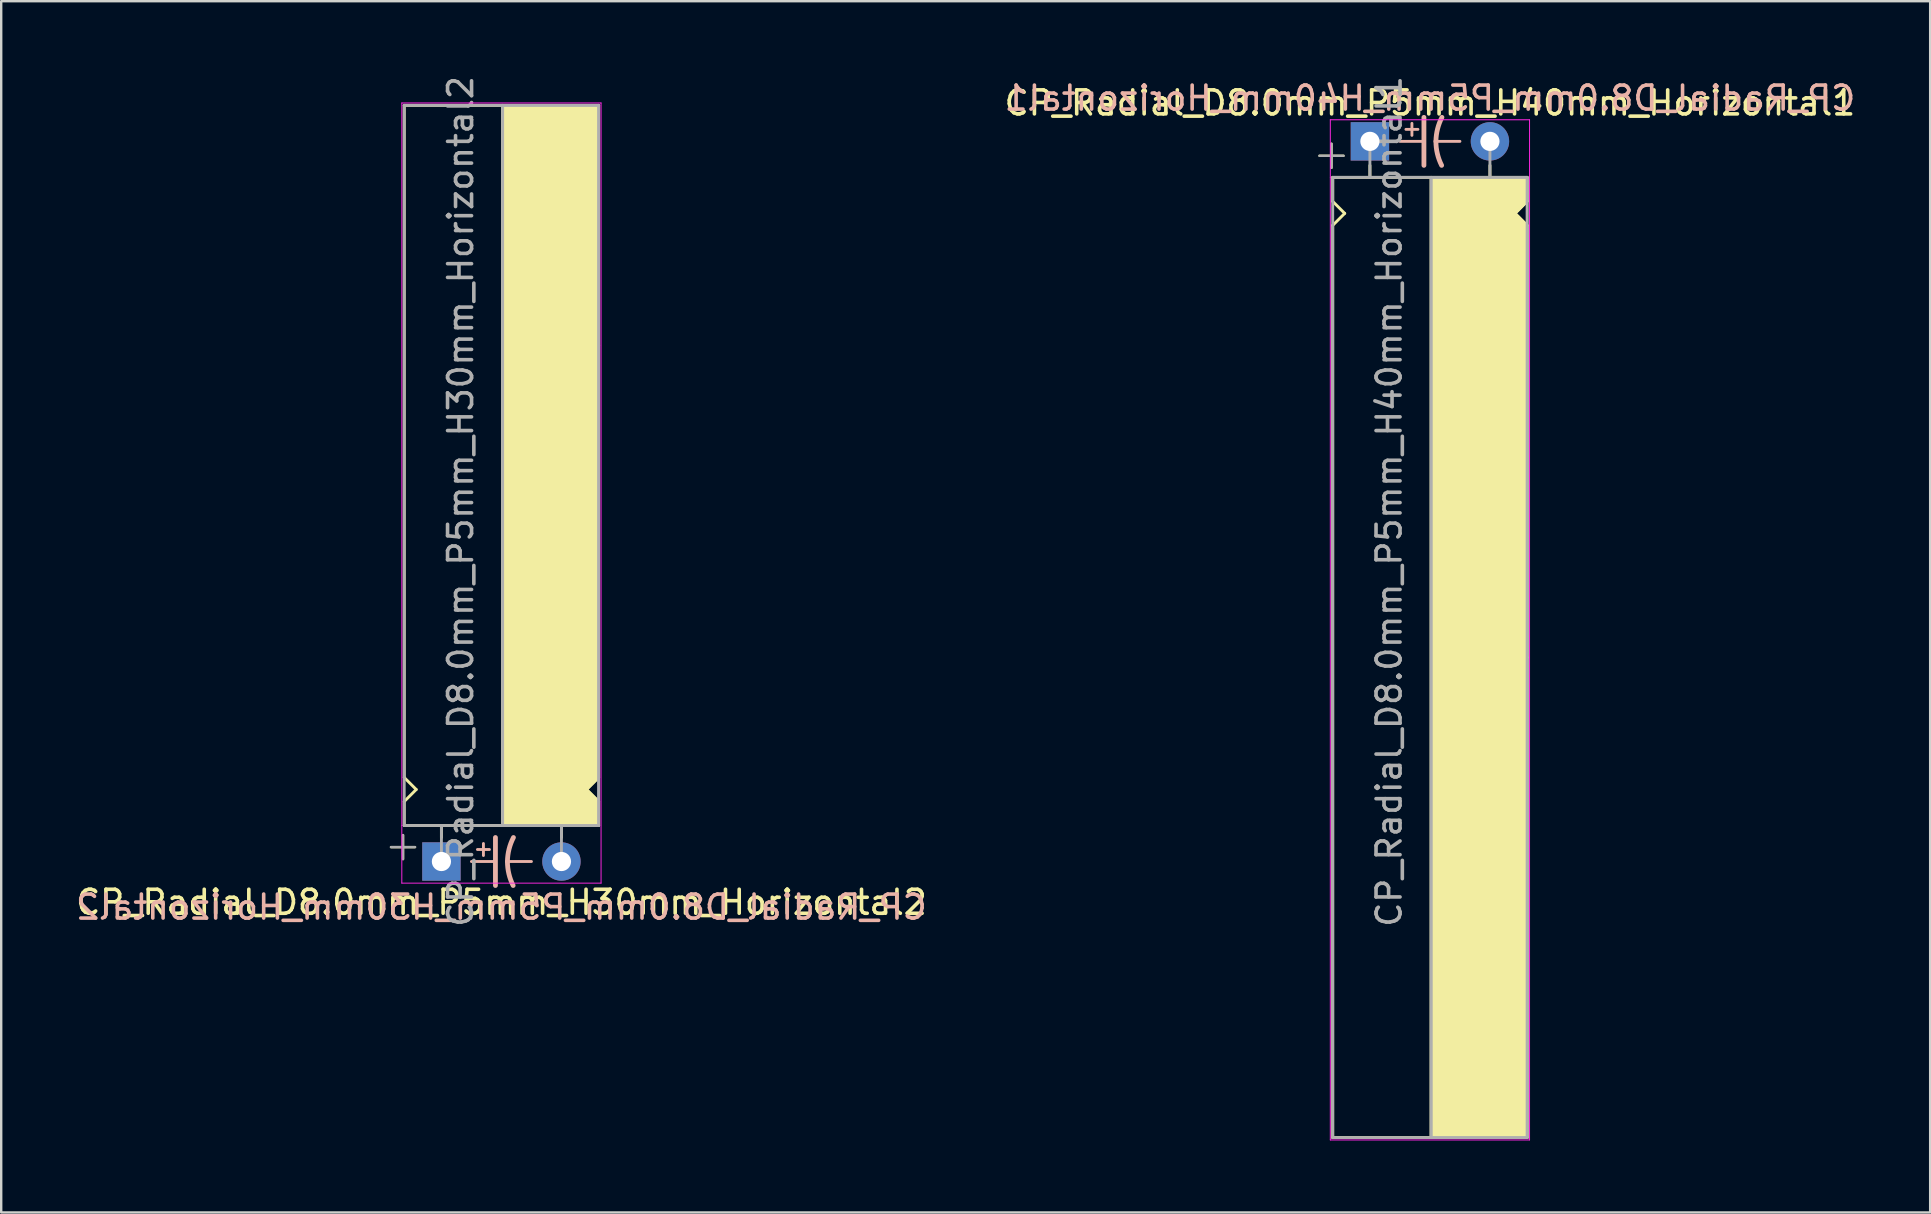
<source format=kicad_pcb>
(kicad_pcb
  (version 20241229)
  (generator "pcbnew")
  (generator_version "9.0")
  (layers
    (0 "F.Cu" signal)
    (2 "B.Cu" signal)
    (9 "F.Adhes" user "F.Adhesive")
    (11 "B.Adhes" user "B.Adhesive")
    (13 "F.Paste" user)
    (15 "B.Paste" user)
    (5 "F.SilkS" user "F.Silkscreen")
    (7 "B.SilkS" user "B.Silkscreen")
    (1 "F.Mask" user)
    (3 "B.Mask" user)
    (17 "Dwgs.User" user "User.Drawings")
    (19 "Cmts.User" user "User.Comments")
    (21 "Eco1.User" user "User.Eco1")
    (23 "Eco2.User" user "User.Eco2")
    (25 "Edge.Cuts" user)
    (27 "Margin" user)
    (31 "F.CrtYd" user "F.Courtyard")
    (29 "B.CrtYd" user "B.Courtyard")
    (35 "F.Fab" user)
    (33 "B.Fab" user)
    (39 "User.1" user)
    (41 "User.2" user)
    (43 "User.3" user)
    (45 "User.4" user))
  (footprint "CP_Radial_D8.0mm_P5mm_H30mm_Horizontal2"
    (layer "F.Cu")
    (at 15.339 32.839)
    (property "Reference" "CP_Radial_D8.0mm_P5mm_H30mm_Horizontal2" (at 2.5 1.7 0) (layer "F.SilkS") (effects (font (size 1 1) (thickness 0.15))))
    (fp_line (start -2.1 -0.6) (end -1.1 -0.6) (stroke (width 0.1) (type solid)) (layer "F.SilkS"))
    (fp_line (start -1.6 -0.1) (end -1.6 -1.1) (stroke (width 0.1) (type solid)) (layer "F.SilkS"))
    (fp_line (start -1.55 -31.5) (end 6.55 -31.5) (stroke (width 0.12) (type solid)) (layer "F.SilkS"))
    (fp_line (start -1.55 -3.5) (end -1.55 -31.5) (stroke (width 0.12) (type solid)) (layer "F.SilkS"))
    (fp_line (start -1.55 -3.5) (end -1.05 -3) (stroke (width 0.12) (type solid)) (layer "F.SilkS"))
    (fp_line (start -1.55 -2.5) (end -1.55 -1.5) (stroke (width 0.12) (type solid)) (layer "F.SilkS"))
    (fp_line (start -1.55 -1.5) (end 6.55 -1.5) (stroke (width 0.12) (type solid)) (layer "F.SilkS"))
    (fp_line (start -1.05 -3) (end -1.55 -2.5) (stroke (width 0.12) (type solid)) (layer "F.SilkS"))
    (fp_line (start 0 -1) (end 0 -1.5) (stroke (width 0.12) (type solid)) (layer "F.SilkS"))
    (fp_line (start 2.55 -31.5) (end 2.55 -1.5) (stroke (width 0.12) (type solid)) (layer "F.SilkS"))
    (fp_line (start 5 -1) (end 5 -1.5) (stroke (width 0.12) (type solid)) (layer "F.SilkS"))
    (fp_line (start 6.05 -3) (end 6.55 -2.5) (stroke (width 0.12) (type solid)) (layer "F.SilkS"))
    (fp_line (start 6.55 -21.5) (end 6.45 -21.5) (stroke (width 0.12) (type solid)) (layer "F.SilkS"))
    (fp_line (start 6.55 -3.5) (end 6.05 -3) (stroke (width 0.12) (type solid)) (layer "F.SilkS"))
    (fp_line (start 6.55 -3.5) (end 6.55 -31.5) (stroke (width 0.12) (type solid)) (layer "F.SilkS"))
    (fp_line (start 6.55 -2.5) (end 6.55 -1.5) (stroke (width 0.12) (type solid)) (layer "F.SilkS"))
    (fp_poly (pts (xy 6.55 -2.5) (xy 6.05 -3) (xy 6.55 -3.5) (xy 6.55 -31.5) (xy 2.55 -31.5) (xy 2.55 -1.5) (xy 6.55 -1.5)) (stroke (width 0.1) (type solid)) (fill yes) (layer "F.SilkS"))
    (fp_line (start 1.25 0) (end 2.25 0) (stroke (width 0.12) (type solid)) (layer "B.SilkS"))
    (fp_line (start 1.5 -0.5) (end 2 -0.5) (stroke (width 0.12) (type solid)) (layer "B.SilkS"))
    (fp_line (start 1.75 -0.75) (end 1.75 -0.25) (stroke (width 0.12) (type solid)) (layer "B.SilkS"))
    (fp_line (start 2.25 1) (end 2.25 -1) (stroke (width 0.2) (type solid)) (layer "B.SilkS"))
    (fp_line (start 3.75 0) (end 2.75 0) (stroke (width 0.12) (type solid)) (layer "B.SilkS"))
    (fp_arc (start 2.75 0) (mid 2.816707 -0.514573) (end 3 -1) (stroke (width 0.2) (type solid)) (layer "B.SilkS"))
    (fp_arc (start 2.987539 1) (mid 2.810248 0.513901) (end 2.75 0) (stroke (width 0.2) (type solid)) (layer "B.SilkS"))
    (fp_line (start -1.65 -31.6) (end -1.65 -1.5) (stroke (width 0.04) (type solid)) (layer "F.CrtYd"))
    (fp_line (start -1.65 -1.5) (end -1.65 0.9) (stroke (width 0.04) (type solid)) (layer "F.CrtYd"))
    (fp_line (start -1.65 0.9) (end 6.65 0.9) (stroke (width 0.04) (type solid)) (layer "F.CrtYd"))
    (fp_line (start 6.65 -31.6) (end -1.65 -31.6) (stroke (width 0.04) (type solid)) (layer "F.CrtYd"))
    (fp_line (start 6.65 0.9) (end 6.65 -31.6) (stroke (width 0.04) (type solid)) (layer "F.CrtYd"))
    (fp_line (start -2.1 -0.6) (end -1.1 -0.6) (stroke (width 0.1) (type solid)) (layer "F.Fab"))
    (fp_line (start -1.6 -0.1) (end -1.6 -1.1) (stroke (width 0.1) (type solid)) (layer "F.Fab"))
    (fp_line (start -1.55 -31.5) (end -1.55 -1.5) (stroke (width 0.12) (type solid)) (layer "F.Fab"))
    (fp_line (start -1.55 -1.5) (end 6.55 -1.5) (stroke (width 0.12) (type solid)) (layer "F.Fab"))
    (fp_line (start 0 -1.5) (end 0 0) (stroke (width 0.12) (type solid)) (layer "F.Fab"))
    (fp_line (start 2.55 -1.5) (end 2.55 -31.5) (stroke (width 0.12) (type solid)) (layer "F.Fab"))
    (fp_line (start 5 -1.5) (end 5 0) (stroke (width 0.12) (type solid)) (layer "F.Fab"))
    (fp_line (start 6.55 -31.5) (end -1.55 -31.5) (stroke (width 0.12) (type solid)) (layer "F.Fab"))
    (fp_line (start 6.55 -1.5) (end 6.55 -31.5) (stroke (width 0.12) (type solid)) (layer "F.Fab"))
    (fp_poly (pts (xy 6.55 -31.5) (xy 2.55 -31.5) (xy 2.55 -1.5) (xy 6.55 -1.5)) (stroke (width 0.1) (type solid)) (fill no) (layer "F.Fab"))
    (fp_text user "${REFERENCE}" (at 2.5 1.9 0) (layer "B.SilkS") (effects (font (size 1 1) (thickness 0.15)) (justify mirror)))
    (fp_text user "${REFERENCE}" (at 0.8 -15 90) (layer "F.Fab") (effects (font (size 1 1) (thickness 0.15))))
    (pad "1" thru_hole rect (at 0 0) (size 1.6 1.6) (drill 0.8) (layers "*.Cu" "*.Mask"))
    (pad "2" thru_hole circle (at 5 0) (size 1.6 1.6) (drill 0.8) (layers "*.Cu" "*.Mask")))
  (footprint "CP_Radial_D8.0mm_P5mm_H40mm_Horizontal1"
    (layer "F.Cu")
    (at 54.018 2.839)
    (property "Reference" "CP_Radial_D8.0mm_P5mm_H40mm_Horizontal1" (at 2.5 -1.6 0) (layer "F.SilkS") (effects (font (size 1 1) (thickness 0.15))))
    (fp_line (start -2.1 0.6) (end -1.1 0.6) (stroke (width 0.1) (type solid)) (layer "F.SilkS"))
    (fp_line (start -1.6 1.1) (end -1.6 0.1) (stroke (width 0.1) (type solid)) (layer "F.SilkS"))
    (fp_line (start -1.55 1.5) (end 6.55 1.5) (stroke (width 0.12) (type solid)) (layer "F.SilkS"))
    (fp_line (start -1.55 2.5) (end -1.55 1.5) (stroke (width 0.12) (type solid)) (layer "F.SilkS"))
    (fp_line (start -1.55 3.5) (end -1.55 41.5) (stroke (width 0.12) (type solid)) (layer "F.SilkS"))
    (fp_line (start -1.55 3.5) (end -1.05 3) (stroke (width 0.12) (type solid)) (layer "F.SilkS"))
    (fp_line (start -1.55 41.5) (end 6.55 41.5) (stroke (width 0.12) (type solid)) (layer "F.SilkS"))
    (fp_line (start -1.05 3) (end -1.55 2.5) (stroke (width 0.12) (type solid)) (layer "F.SilkS"))
    (fp_line (start 0 1) (end 0 1.5) (stroke (width 0.12) (type solid)) (layer "F.SilkS"))
    (fp_line (start 2.55 41.5) (end 2.55 1.5) (stroke (width 0.12) (type solid)) (layer "F.SilkS"))
    (fp_line (start 5 1) (end 5 1.5) (stroke (width 0.12) (type solid)) (layer "F.SilkS"))
    (fp_line (start 6.05 3) (end 6.55 2.5) (stroke (width 0.12) (type solid)) (layer "F.SilkS"))
    (fp_line (start 6.55 2.5) (end 6.55 1.5) (stroke (width 0.12) (type solid)) (layer "F.SilkS"))
    (fp_line (start 6.55 3.5) (end 6.05 3) (stroke (width 0.12) (type solid)) (layer "F.SilkS"))
    (fp_line (start 6.55 3.5) (end 6.55 41.5) (stroke (width 0.12) (type solid)) (layer "F.SilkS"))
    (fp_line (start 6.55 21.5) (end 6.45 21.5) (stroke (width 0.12) (type solid)) (layer "F.SilkS"))
    (fp_poly (pts (xy 6.55 2.5) (xy 6.05 3) (xy 6.55 3.5) (xy 6.55 41.5) (xy 2.55 41.5) (xy 2.55 1.5) (xy 6.55 1.5)) (stroke (width 0.1) (type solid)) (fill yes) (layer "F.SilkS"))
    (fp_line (start 1.25 0) (end 2.25 0) (stroke (width 0.12) (type solid)) (layer "B.SilkS"))
    (fp_line (start 1.5 -0.5) (end 2 -0.5) (stroke (width 0.12) (type solid)) (layer "B.SilkS"))
    (fp_line (start 1.75 -0.75) (end 1.75 -0.25) (stroke (width 0.12) (type solid)) (layer "B.SilkS"))
    (fp_line (start 2.25 1) (end 2.25 -1) (stroke (width 0.2) (type solid)) (layer "B.SilkS"))
    (fp_line (start 3.75 0) (end 2.75 0) (stroke (width 0.12) (type solid)) (layer "B.SilkS"))
    (fp_arc (start 2.75 0) (mid 2.816707 -0.514573) (end 3 -1) (stroke (width 0.2) (type solid)) (layer "B.SilkS"))
    (fp_arc (start 2.987539 1) (mid 2.810248 0.513901) (end 2.75 0) (stroke (width 0.2) (type solid)) (layer "B.SilkS"))
    (fp_line (start -1.65 -0.9) (end 6.65 -0.9) (stroke (width 0.04) (type solid)) (layer "F.CrtYd"))
    (fp_line (start -1.65 1.5) (end -1.65 -0.9) (stroke (width 0.04) (type solid)) (layer "F.CrtYd"))
    (fp_line (start -1.65 41.6) (end -1.65 1.5) (stroke (width 0.04) (type solid)) (layer "F.CrtYd"))
    (fp_line (start 6.65 -0.9) (end 6.65 41.6) (stroke (width 0.04) (type solid)) (layer "F.CrtYd"))
    (fp_line (start 6.65 41.6) (end -1.65 41.6) (stroke (width 0.04) (type solid)) (layer "F.CrtYd"))
    (fp_line (start -2.1 0.6) (end -1.1 0.6) (stroke (width 0.1) (type solid)) (layer "F.Fab"))
    (fp_line (start -1.6 1.1) (end -1.6 0.1) (stroke (width 0.1) (type solid)) (layer "F.Fab"))
    (fp_line (start -1.55 1.5) (end 6.55 1.5) (stroke (width 0.12) (type solid)) (layer "F.Fab"))
    (fp_line (start -1.55 41.5) (end -1.55 1.5) (stroke (width 0.12) (type solid)) (layer "F.Fab"))
    (fp_line (start 0 1.5) (end 0 0) (stroke (width 0.12) (type solid)) (layer "F.Fab"))
    (fp_line (start 2.55 1.5) (end 2.55 41.5) (stroke (width 0.12) (type solid)) (layer "F.Fab"))
    (fp_line (start 5 1.5) (end 5 0) (stroke (width 0.12) (type solid)) (layer "F.Fab"))
    (fp_line (start 6.55 1.5) (end 6.55 41.5) (stroke (width 0.12) (type solid)) (layer "F.Fab"))
    (fp_line (start 6.55 41.5) (end -1.55 41.5) (stroke (width 0.12) (type solid)) (layer "F.Fab"))
    (fp_poly (pts (xy 6.55 41.5) (xy 2.55 41.5) (xy 2.55 1.5) (xy 6.55 1.5)) (stroke (width 0.1) (type solid)) (fill no) (layer "F.Fab"))
    (fp_text user "${REFERENCE}" (at 2.5 -1.8 0) (layer "B.SilkS") (effects (font (size 1 1) (thickness 0.15)) (justify mirror)))
    (fp_text user "${REFERENCE}" (at 0.8 15 90) (layer "F.Fab") (effects (font (size 1 1) (thickness 0.15))))
    (pad "1" thru_hole rect (at 0 0) (size 1.6 1.6) (drill 0.8) (layers "*.Cu" "*.Mask"))
    (pad "2" thru_hole circle (at 5 0) (size 1.6 1.6) (drill 0.8) (layers "*.Cu" "*.Mask")))
  (gr_rect
    (start -3 -3)
    (end 77.357 47.459)
    (stroke (width 0.1) (type default))
    (fill no)
    (layer "Edge.Cuts")))
</source>
